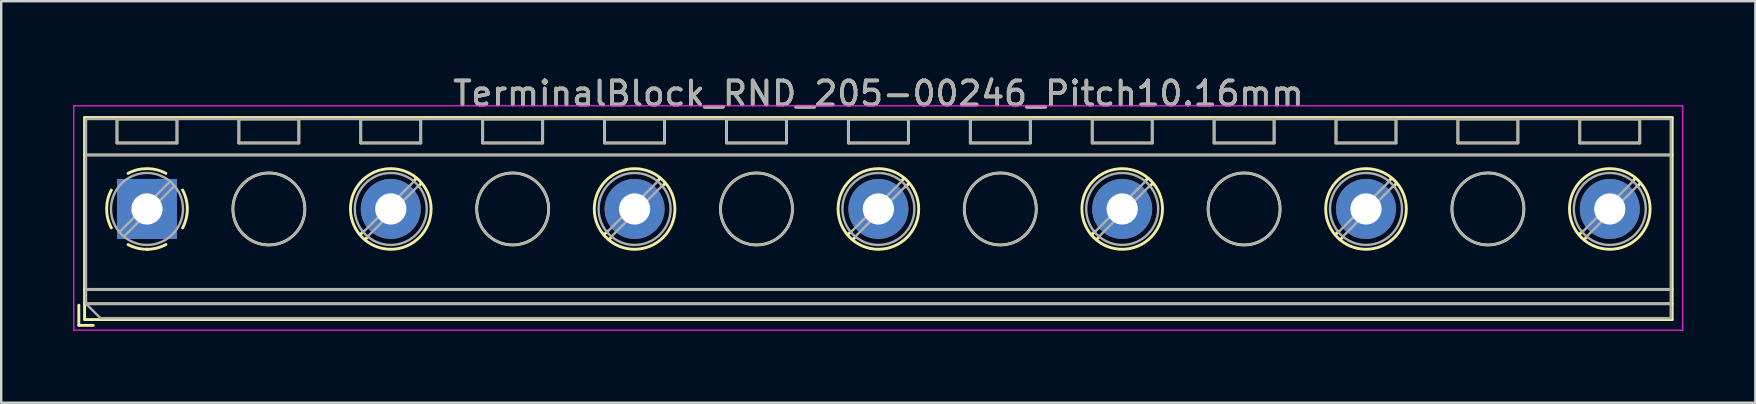
<source format=kicad_pcb>
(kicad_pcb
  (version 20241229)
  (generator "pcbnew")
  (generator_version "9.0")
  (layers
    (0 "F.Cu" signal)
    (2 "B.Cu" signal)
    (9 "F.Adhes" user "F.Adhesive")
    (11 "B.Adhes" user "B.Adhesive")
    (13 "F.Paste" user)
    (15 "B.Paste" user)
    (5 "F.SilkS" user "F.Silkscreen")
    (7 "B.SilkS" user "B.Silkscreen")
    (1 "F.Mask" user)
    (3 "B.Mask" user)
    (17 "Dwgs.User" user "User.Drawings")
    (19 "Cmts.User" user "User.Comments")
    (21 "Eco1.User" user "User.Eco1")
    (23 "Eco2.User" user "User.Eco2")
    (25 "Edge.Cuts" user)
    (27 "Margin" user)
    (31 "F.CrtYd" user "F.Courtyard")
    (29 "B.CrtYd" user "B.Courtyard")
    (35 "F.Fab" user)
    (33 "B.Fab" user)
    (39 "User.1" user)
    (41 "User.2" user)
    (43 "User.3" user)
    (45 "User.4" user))
  (footprint "TerminalBlock_RND_205-00246_Pitch10.16mm"
    (layer "F.Cu")
    (at 3.075 5.658)
    (property "Reference" "TerminalBlock_RND_205-00246_Pitch10.16mm" (at 30.48 -4.81 0) (layer "F.SilkS") (effects (font (size 1 1) (thickness 0.15))))
    (attr through_hole)
    (fp_line (start -2.84 4.01) (end -2.84 4.85) (stroke (width 0.12) (type solid)) (layer "F.SilkS"))
    (fp_line (start -2.84 4.85) (end -2.24 4.85) (stroke (width 0.12) (type solid)) (layer "F.SilkS"))
    (fp_line (start -2.6 -3.81) (end -2.6 4.61) (stroke (width 0.12) (type solid)) (layer "F.SilkS"))
    (fp_line (start -2.6 -2.25) (end 63.56 -2.25) (stroke (width 0.12) (type solid)) (layer "F.SilkS"))
    (fp_line (start -2.6 3.35) (end 63.56 3.35) (stroke (width 0.12) (type solid)) (layer "F.SilkS"))
    (fp_line (start -2.6 3.95) (end 63.56 3.95) (stroke (width 0.12) (type solid)) (layer "F.SilkS"))
    (fp_line (start -2.6 4.61) (end 63.56 4.61) (stroke (width 0.12) (type solid)) (layer "F.SilkS"))
    (fp_line (start -1.25 -3.751) (end -1.25 -2.751) (stroke (width 0.12) (type solid)) (layer "F.SilkS"))
    (fp_line (start -1.25 -3.751) (end 1.25 -3.751) (stroke (width 0.12) (type solid)) (layer "F.SilkS"))
    (fp_line (start -1.25 -2.751) (end 1.25 -2.751) (stroke (width 0.12) (type solid)) (layer "F.SilkS"))
    (fp_line (start 1.25 -3.751) (end 1.25 -2.751) (stroke (width 0.12) (type solid)) (layer "F.SilkS"))
    (fp_line (start 3.83 -3.751) (end 3.83 -2.751) (stroke (width 0.12) (type solid)) (layer "F.SilkS"))
    (fp_line (start 3.83 -3.751) (end 6.33 -3.751) (stroke (width 0.12) (type solid)) (layer "F.SilkS"))
    (fp_line (start 3.83 -2.751) (end 6.33 -2.751) (stroke (width 0.12) (type solid)) (layer "F.SilkS"))
    (fp_line (start 6.33 -3.751) (end 6.33 -2.751) (stroke (width 0.12) (type solid)) (layer "F.SilkS"))
    (fp_line (start 8.91 -3.751) (end 8.91 -2.751) (stroke (width 0.12) (type solid)) (layer "F.SilkS"))
    (fp_line (start 8.91 -3.751) (end 11.41 -3.751) (stroke (width 0.12) (type solid)) (layer "F.SilkS"))
    (fp_line (start 8.91 -2.751) (end 11.41 -2.751) (stroke (width 0.12) (type solid)) (layer "F.SilkS"))
    (fp_line (start 9.027 0.929) (end 8.886 1.069) (stroke (width 0.12) (type solid)) (layer "F.SilkS"))
    (fp_line (start 9.197 1.169) (end 9.091 1.274) (stroke (width 0.12) (type solid)) (layer "F.SilkS"))
    (fp_line (start 11.23 -1.275) (end 11.124 -1.169) (stroke (width 0.12) (type solid)) (layer "F.SilkS"))
    (fp_line (start 11.41 -3.751) (end 11.41 -2.751) (stroke (width 0.12) (type solid)) (layer "F.SilkS"))
    (fp_line (start 11.435 -1.069) (end 11.294 -0.929) (stroke (width 0.12) (type solid)) (layer "F.SilkS"))
    (fp_line (start 13.99 -3.751) (end 13.99 -2.751) (stroke (width 0.12) (type solid)) (layer "F.SilkS"))
    (fp_line (start 13.99 -3.751) (end 16.49 -3.751) (stroke (width 0.12) (type solid)) (layer "F.SilkS"))
    (fp_line (start 13.99 -2.751) (end 16.49 -2.751) (stroke (width 0.12) (type solid)) (layer "F.SilkS"))
    (fp_line (start 16.49 -3.751) (end 16.49 -2.751) (stroke (width 0.12) (type solid)) (layer "F.SilkS"))
    (fp_line (start 19.07 -3.751) (end 19.07 -2.751) (stroke (width 0.12) (type solid)) (layer "F.SilkS"))
    (fp_line (start 19.07 -3.751) (end 21.57 -3.751) (stroke (width 0.12) (type solid)) (layer "F.SilkS"))
    (fp_line (start 19.07 -2.751) (end 21.57 -2.751) (stroke (width 0.12) (type solid)) (layer "F.SilkS"))
    (fp_line (start 19.187 0.929) (end 19.046 1.069) (stroke (width 0.12) (type solid)) (layer "F.SilkS"))
    (fp_line (start 19.357 1.169) (end 19.251 1.274) (stroke (width 0.12) (type solid)) (layer "F.SilkS"))
    (fp_line (start 21.39 -1.275) (end 21.284 -1.169) (stroke (width 0.12) (type solid)) (layer "F.SilkS"))
    (fp_line (start 21.57 -3.751) (end 21.57 -2.751) (stroke (width 0.12) (type solid)) (layer "F.SilkS"))
    (fp_line (start 21.595 -1.069) (end 21.454 -0.929) (stroke (width 0.12) (type solid)) (layer "F.SilkS"))
    (fp_line (start 24.15 -3.751) (end 24.15 -2.751) (stroke (width 0.12) (type solid)) (layer "F.SilkS"))
    (fp_line (start 24.15 -3.751) (end 26.65 -3.751) (stroke (width 0.12) (type solid)) (layer "F.SilkS"))
    (fp_line (start 24.15 -2.751) (end 26.65 -2.751) (stroke (width 0.12) (type solid)) (layer "F.SilkS"))
    (fp_line (start 26.65 -3.751) (end 26.65 -2.751) (stroke (width 0.12) (type solid)) (layer "F.SilkS"))
    (fp_line (start 29.23 -3.751) (end 29.23 -2.751) (stroke (width 0.12) (type solid)) (layer "F.SilkS"))
    (fp_line (start 29.23 -3.751) (end 31.73 -3.751) (stroke (width 0.12) (type solid)) (layer "F.SilkS"))
    (fp_line (start 29.23 -2.751) (end 31.73 -2.751) (stroke (width 0.12) (type solid)) (layer "F.SilkS"))
    (fp_line (start 29.347 0.929) (end 29.206 1.069) (stroke (width 0.12) (type solid)) (layer "F.SilkS"))
    (fp_line (start 29.517 1.169) (end 29.411 1.274) (stroke (width 0.12) (type solid)) (layer "F.SilkS"))
    (fp_line (start 31.55 -1.275) (end 31.444 -1.169) (stroke (width 0.12) (type solid)) (layer "F.SilkS"))
    (fp_line (start 31.73 -3.751) (end 31.73 -2.751) (stroke (width 0.12) (type solid)) (layer "F.SilkS"))
    (fp_line (start 31.755 -1.069) (end 31.614 -0.929) (stroke (width 0.12) (type solid)) (layer "F.SilkS"))
    (fp_line (start 34.31 -3.751) (end 34.31 -2.751) (stroke (width 0.12) (type solid)) (layer "F.SilkS"))
    (fp_line (start 34.31 -3.751) (end 36.81 -3.751) (stroke (width 0.12) (type solid)) (layer "F.SilkS"))
    (fp_line (start 34.31 -2.751) (end 36.81 -2.751) (stroke (width 0.12) (type solid)) (layer "F.SilkS"))
    (fp_line (start 36.81 -3.751) (end 36.81 -2.751) (stroke (width 0.12) (type solid)) (layer "F.SilkS"))
    (fp_line (start 39.39 -3.751) (end 39.39 -2.751) (stroke (width 0.12) (type solid)) (layer "F.SilkS"))
    (fp_line (start 39.39 -3.751) (end 41.89 -3.751) (stroke (width 0.12) (type solid)) (layer "F.SilkS"))
    (fp_line (start 39.39 -2.751) (end 41.89 -2.751) (stroke (width 0.12) (type solid)) (layer "F.SilkS"))
    (fp_line (start 39.507 0.929) (end 39.366 1.069) (stroke (width 0.12) (type solid)) (layer "F.SilkS"))
    (fp_line (start 39.677 1.169) (end 39.571 1.274) (stroke (width 0.12) (type solid)) (layer "F.SilkS"))
    (fp_line (start 41.71 -1.275) (end 41.604 -1.169) (stroke (width 0.12) (type solid)) (layer "F.SilkS"))
    (fp_line (start 41.89 -3.751) (end 41.89 -2.751) (stroke (width 0.12) (type solid)) (layer "F.SilkS"))
    (fp_line (start 41.915 -1.069) (end 41.774 -0.929) (stroke (width 0.12) (type solid)) (layer "F.SilkS"))
    (fp_line (start 44.47 -3.751) (end 44.47 -2.751) (stroke (width 0.12) (type solid)) (layer "F.SilkS"))
    (fp_line (start 44.47 -3.751) (end 46.97 -3.751) (stroke (width 0.12) (type solid)) (layer "F.SilkS"))
    (fp_line (start 44.47 -2.751) (end 46.97 -2.751) (stroke (width 0.12) (type solid)) (layer "F.SilkS"))
    (fp_line (start 46.97 -3.751) (end 46.97 -2.751) (stroke (width 0.12) (type solid)) (layer "F.SilkS"))
    (fp_line (start 49.55 -3.751) (end 49.55 -2.751) (stroke (width 0.12) (type solid)) (layer "F.SilkS"))
    (fp_line (start 49.55 -3.751) (end 52.05 -3.751) (stroke (width 0.12) (type solid)) (layer "F.SilkS"))
    (fp_line (start 49.55 -2.751) (end 52.05 -2.751) (stroke (width 0.12) (type solid)) (layer "F.SilkS"))
    (fp_line (start 49.667 0.929) (end 49.526 1.069) (stroke (width 0.12) (type solid)) (layer "F.SilkS"))
    (fp_line (start 49.837 1.169) (end 49.731 1.274) (stroke (width 0.12) (type solid)) (layer "F.SilkS"))
    (fp_line (start 51.87 -1.275) (end 51.764 -1.169) (stroke (width 0.12) (type solid)) (layer "F.SilkS"))
    (fp_line (start 52.05 -3.751) (end 52.05 -2.751) (stroke (width 0.12) (type solid)) (layer "F.SilkS"))
    (fp_line (start 52.075 -1.069) (end 51.934 -0.929) (stroke (width 0.12) (type solid)) (layer "F.SilkS"))
    (fp_line (start 54.63 -3.751) (end 54.63 -2.751) (stroke (width 0.12) (type solid)) (layer "F.SilkS"))
    (fp_line (start 54.63 -3.751) (end 57.13 -3.751) (stroke (width 0.12) (type solid)) (layer "F.SilkS"))
    (fp_line (start 54.63 -2.751) (end 57.13 -2.751) (stroke (width 0.12) (type solid)) (layer "F.SilkS"))
    (fp_line (start 57.13 -3.751) (end 57.13 -2.751) (stroke (width 0.12) (type solid)) (layer "F.SilkS"))
    (fp_line (start 59.71 -3.751) (end 59.71 -2.751) (stroke (width 0.12) (type solid)) (layer "F.SilkS"))
    (fp_line (start 59.71 -3.751) (end 62.21 -3.751) (stroke (width 0.12) (type solid)) (layer "F.SilkS"))
    (fp_line (start 59.71 -2.751) (end 62.21 -2.751) (stroke (width 0.12) (type solid)) (layer "F.SilkS"))
    (fp_line (start 59.827 0.929) (end 59.686 1.069) (stroke (width 0.12) (type solid)) (layer "F.SilkS"))
    (fp_line (start 59.997 1.169) (end 59.891 1.274) (stroke (width 0.12) (type solid)) (layer "F.SilkS"))
    (fp_line (start 62.03 -1.275) (end 61.924 -1.169) (stroke (width 0.12) (type solid)) (layer "F.SilkS"))
    (fp_line (start 62.21 -3.751) (end 62.21 -2.751) (stroke (width 0.12) (type solid)) (layer "F.SilkS"))
    (fp_line (start 62.235 -1.069) (end 62.094 -0.929) (stroke (width 0.12) (type solid)) (layer "F.SilkS"))
    (fp_line (start 63.56 -3.81) (end -2.6 -3.81) (stroke (width 0.12) (type solid)) (layer "F.SilkS"))
    (fp_line (start 63.56 4.61) (end 63.56 -3.81) (stroke (width 0.12) (type solid)) (layer "F.SilkS"))
    (fp_arc (start -1.483953 0.789089) (mid -1.680708 0.00005) (end -1.484 -0.789) (stroke (width 0.12) (type solid)) (layer "F.SilkS"))
    (fp_arc (start -0.789089 -1.483953) (mid -0.00005 -1.680708) (end 0.789 -1.484) (stroke (width 0.12) (type solid)) (layer "F.SilkS"))
    (fp_arc (start 0.029383 1.68045) (mid -0.392304 1.634281) (end -0.789 1.484) (stroke (width 0.12) (type solid)) (layer "F.SilkS"))
    (fp_arc (start 0.788712 1.483352) (mid 0.406429 1.630097) (end 0 1.68) (stroke (width 0.12) (type solid)) (layer "F.SilkS"))
    (fp_arc (start 1.483953 -0.789089) (mid 1.680708 -0.00005) (end 1.484 0.789) (stroke (width 0.12) (type solid)) (layer "F.SilkS"))
    (fp_circle (center 5.08 0) (end 6.58 0) (stroke (width 0.12) (type solid)) (fill no) (layer "F.SilkS"))
    (fp_circle (center 10.16 0) (end 11.84 0) (stroke (width 0.12) (type solid)) (fill no) (layer "F.SilkS"))
    (fp_circle (center 15.24 0) (end 16.74 0) (stroke (width 0.12) (type solid)) (fill no) (layer "F.SilkS"))
    (fp_circle (center 20.32 0) (end 22 0) (stroke (width 0.12) (type solid)) (fill no) (layer "F.SilkS"))
    (fp_circle (center 25.4 0) (end 26.9 0) (stroke (width 0.12) (type solid)) (fill no) (layer "F.SilkS"))
    (fp_circle (center 30.48 0) (end 32.16 0) (stroke (width 0.12) (type solid)) (fill no) (layer "F.SilkS"))
    (fp_circle (center 35.56 0) (end 37.06 0) (stroke (width 0.12) (type solid)) (fill no) (layer "F.SilkS"))
    (fp_circle (center 40.64 0) (end 42.32 0) (stroke (width 0.12) (type solid)) (fill no) (layer "F.SilkS"))
    (fp_circle (center 45.72 0) (end 47.22 0) (stroke (width 0.12) (type solid)) (fill no) (layer "F.SilkS"))
    (fp_circle (center 50.8 0) (end 52.48 0) (stroke (width 0.12) (type solid)) (fill no) (layer "F.SilkS"))
    (fp_circle (center 55.88 0) (end 57.38 0) (stroke (width 0.12) (type solid)) (fill no) (layer "F.SilkS"))
    (fp_circle (center 60.96 0) (end 62.64 0) (stroke (width 0.12) (type solid)) (fill no) (layer "F.SilkS"))
    (fp_line (start -3.05 -4.3) (end -3.05 5.05) (stroke (width 0.05) (type solid)) (layer "F.CrtYd"))
    (fp_line (start -3.05 5.05) (end 64 5.05) (stroke (width 0.05) (type solid)) (layer "F.CrtYd"))
    (fp_line (start 64 -4.3) (end -3.05 -4.3) (stroke (width 0.05) (type solid)) (layer "F.CrtYd"))
    (fp_line (start 64 5.05) (end 64 -4.3) (stroke (width 0.05) (type solid)) (layer "F.CrtYd"))
    (fp_line (start -2.54 -3.75) (end 63.5 -3.75) (stroke (width 0.1) (type solid)) (layer "F.Fab"))
    (fp_line (start -2.54 -2.25) (end 63.5 -2.25) (stroke (width 0.1) (type solid)) (layer "F.Fab"))
    (fp_line (start -2.54 3.35) (end 63.5 3.35) (stroke (width 0.1) (type solid)) (layer "F.Fab"))
    (fp_line (start -2.54 3.95) (end -2.54 -3.75) (stroke (width 0.1) (type solid)) (layer "F.Fab"))
    (fp_line (start -2.54 3.95) (end 63.5 3.95) (stroke (width 0.1) (type solid)) (layer "F.Fab"))
    (fp_line (start -1.94 4.55) (end -2.54 3.95) (stroke (width 0.1) (type solid)) (layer "F.Fab"))
    (fp_line (start -1.25 -3.75) (end -1.25 -2.75) (stroke (width 0.1) (type solid)) (layer "F.Fab"))
    (fp_line (start -1.25 -2.75) (end 1.25 -2.75) (stroke (width 0.1) (type solid)) (layer "F.Fab"))
    (fp_line (start 0.955 -1.138) (end -1.138 0.955) (stroke (width 0.1) (type solid)) (layer "F.Fab"))
    (fp_line (start 1.138 -0.955) (end -0.955 1.138) (stroke (width 0.1) (type solid)) (layer "F.Fab"))
    (fp_line (start 1.25 -3.75) (end -1.25 -3.75) (stroke (width 0.1) (type solid)) (layer "F.Fab"))
    (fp_line (start 1.25 -2.75) (end 1.25 -3.75) (stroke (width 0.1) (type solid)) (layer "F.Fab"))
    (fp_line (start 3.83 -3.75) (end 3.83 -2.75) (stroke (width 0.1) (type solid)) (layer "F.Fab"))
    (fp_line (start 3.83 -2.75) (end 6.33 -2.75) (stroke (width 0.1) (type solid)) (layer "F.Fab"))
    (fp_line (start 6.33 -3.75) (end 3.83 -3.75) (stroke (width 0.1) (type solid)) (layer "F.Fab"))
    (fp_line (start 6.33 -2.75) (end 6.33 -3.75) (stroke (width 0.1) (type solid)) (layer "F.Fab"))
    (fp_line (start 8.91 -3.75) (end 8.91 -2.75) (stroke (width 0.1) (type solid)) (layer "F.Fab"))
    (fp_line (start 8.91 -2.75) (end 11.41 -2.75) (stroke (width 0.1) (type solid)) (layer "F.Fab"))
    (fp_line (start 11.115 -1.138) (end 9.023 0.955) (stroke (width 0.1) (type solid)) (layer "F.Fab"))
    (fp_line (start 11.298 -0.955) (end 9.206 1.138) (stroke (width 0.1) (type solid)) (layer "F.Fab"))
    (fp_line (start 11.41 -3.75) (end 8.91 -3.75) (stroke (width 0.1) (type solid)) (layer "F.Fab"))
    (fp_line (start 11.41 -2.75) (end 11.41 -3.75) (stroke (width 0.1) (type solid)) (layer "F.Fab"))
    (fp_line (start 13.99 -3.75) (end 13.99 -2.75) (stroke (width 0.1) (type solid)) (layer "F.Fab"))
    (fp_line (start 13.99 -2.75) (end 16.49 -2.75) (stroke (width 0.1) (type solid)) (layer "F.Fab"))
    (fp_line (start 16.49 -3.75) (end 13.99 -3.75) (stroke (width 0.1) (type solid)) (layer "F.Fab"))
    (fp_line (start 16.49 -2.75) (end 16.49 -3.75) (stroke (width 0.1) (type solid)) (layer "F.Fab"))
    (fp_line (start 19.07 -3.75) (end 19.07 -2.75) (stroke (width 0.1) (type solid)) (layer "F.Fab"))
    (fp_line (start 19.07 -2.75) (end 21.57 -2.75) (stroke (width 0.1) (type solid)) (layer "F.Fab"))
    (fp_line (start 21.275 -1.138) (end 19.183 0.955) (stroke (width 0.1) (type solid)) (layer "F.Fab"))
    (fp_line (start 21.458 -0.955) (end 19.366 1.138) (stroke (width 0.1) (type solid)) (layer "F.Fab"))
    (fp_line (start 21.57 -3.75) (end 19.07 -3.75) (stroke (width 0.1) (type solid)) (layer "F.Fab"))
    (fp_line (start 21.57 -2.75) (end 21.57 -3.75) (stroke (width 0.1) (type solid)) (layer "F.Fab"))
    (fp_line (start 24.15 -3.75) (end 24.15 -2.75) (stroke (width 0.1) (type solid)) (layer "F.Fab"))
    (fp_line (start 24.15 -2.75) (end 26.65 -2.75) (stroke (width 0.1) (type solid)) (layer "F.Fab"))
    (fp_line (start 26.65 -3.75) (end 24.15 -3.75) (stroke (width 0.1) (type solid)) (layer "F.Fab"))
    (fp_line (start 26.65 -2.75) (end 26.65 -3.75) (stroke (width 0.1) (type solid)) (layer "F.Fab"))
    (fp_line (start 29.23 -3.75) (end 29.23 -2.75) (stroke (width 0.1) (type solid)) (layer "F.Fab"))
    (fp_line (start 29.23 -2.75) (end 31.73 -2.75) (stroke (width 0.1) (type solid)) (layer "F.Fab"))
    (fp_line (start 31.435 -1.138) (end 29.343 0.955) (stroke (width 0.1) (type solid)) (layer "F.Fab"))
    (fp_line (start 31.618 -0.955) (end 29.526 1.138) (stroke (width 0.1) (type solid)) (layer "F.Fab"))
    (fp_line (start 31.73 -3.75) (end 29.23 -3.75) (stroke (width 0.1) (type solid)) (layer "F.Fab"))
    (fp_line (start 31.73 -2.75) (end 31.73 -3.75) (stroke (width 0.1) (type solid)) (layer "F.Fab"))
    (fp_line (start 34.31 -3.75) (end 34.31 -2.75) (stroke (width 0.1) (type solid)) (layer "F.Fab"))
    (fp_line (start 34.31 -2.75) (end 36.81 -2.75) (stroke (width 0.1) (type solid)) (layer "F.Fab"))
    (fp_line (start 36.81 -3.75) (end 34.31 -3.75) (stroke (width 0.1) (type solid)) (layer "F.Fab"))
    (fp_line (start 36.81 -2.75) (end 36.81 -3.75) (stroke (width 0.1) (type solid)) (layer "F.Fab"))
    (fp_line (start 39.39 -3.75) (end 39.39 -2.75) (stroke (width 0.1) (type solid)) (layer "F.Fab"))
    (fp_line (start 39.39 -2.75) (end 41.89 -2.75) (stroke (width 0.1) (type solid)) (layer "F.Fab"))
    (fp_line (start 41.595 -1.138) (end 39.503 0.955) (stroke (width 0.1) (type solid)) (layer "F.Fab"))
    (fp_line (start 41.778 -0.955) (end 39.686 1.138) (stroke (width 0.1) (type solid)) (layer "F.Fab"))
    (fp_line (start 41.89 -3.75) (end 39.39 -3.75) (stroke (width 0.1) (type solid)) (layer "F.Fab"))
    (fp_line (start 41.89 -2.75) (end 41.89 -3.75) (stroke (width 0.1) (type solid)) (layer "F.Fab"))
    (fp_line (start 44.47 -3.75) (end 44.47 -2.75) (stroke (width 0.1) (type solid)) (layer "F.Fab"))
    (fp_line (start 44.47 -2.75) (end 46.97 -2.75) (stroke (width 0.1) (type solid)) (layer "F.Fab"))
    (fp_line (start 46.97 -3.75) (end 44.47 -3.75) (stroke (width 0.1) (type solid)) (layer "F.Fab"))
    (fp_line (start 46.97 -2.75) (end 46.97 -3.75) (stroke (width 0.1) (type solid)) (layer "F.Fab"))
    (fp_line (start 49.55 -3.75) (end 49.55 -2.75) (stroke (width 0.1) (type solid)) (layer "F.Fab"))
    (fp_line (start 49.55 -2.75) (end 52.05 -2.75) (stroke (width 0.1) (type solid)) (layer "F.Fab"))
    (fp_line (start 51.755 -1.138) (end 49.663 0.955) (stroke (width 0.1) (type solid)) (layer "F.Fab"))
    (fp_line (start 51.938 -0.955) (end 49.846 1.138) (stroke (width 0.1) (type solid)) (layer "F.Fab"))
    (fp_line (start 52.05 -3.75) (end 49.55 -3.75) (stroke (width 0.1) (type solid)) (layer "F.Fab"))
    (fp_line (start 52.05 -2.75) (end 52.05 -3.75) (stroke (width 0.1) (type solid)) (layer "F.Fab"))
    (fp_line (start 54.63 -3.75) (end 54.63 -2.75) (stroke (width 0.1) (type solid)) (layer "F.Fab"))
    (fp_line (start 54.63 -2.75) (end 57.13 -2.75) (stroke (width 0.1) (type solid)) (layer "F.Fab"))
    (fp_line (start 57.13 -3.75) (end 54.63 -3.75) (stroke (width 0.1) (type solid)) (layer "F.Fab"))
    (fp_line (start 57.13 -2.75) (end 57.13 -3.75) (stroke (width 0.1) (type solid)) (layer "F.Fab"))
    (fp_line (start 59.71 -3.75) (end 59.71 -2.75) (stroke (width 0.1) (type solid)) (layer "F.Fab"))
    (fp_line (start 59.71 -2.75) (end 62.21 -2.75) (stroke (width 0.1) (type solid)) (layer "F.Fab"))
    (fp_line (start 61.915 -1.138) (end 59.823 0.955) (stroke (width 0.1) (type solid)) (layer "F.Fab"))
    (fp_line (start 62.098 -0.955) (end 60.006 1.138) (stroke (width 0.1) (type solid)) (layer "F.Fab"))
    (fp_line (start 62.21 -3.75) (end 59.71 -3.75) (stroke (width 0.1) (type solid)) (layer "F.Fab"))
    (fp_line (start 62.21 -2.75) (end 62.21 -3.75) (stroke (width 0.1) (type solid)) (layer "F.Fab"))
    (fp_line (start 63.5 -3.75) (end 63.5 4.55) (stroke (width 0.1) (type solid)) (layer "F.Fab"))
    (fp_line (start 63.5 4.55) (end -1.94 4.55) (stroke (width 0.1) (type solid)) (layer "F.Fab"))
    (fp_circle (center 0 0) (end 1.5 0) (stroke (width 0.1) (type solid)) (fill no) (layer "F.Fab"))
    (fp_circle (center 5.08 0) (end 6.58 0) (stroke (width 0.1) (type solid)) (fill no) (layer "F.Fab"))
    (fp_circle (center 10.16 0) (end 11.66 0) (stroke (width 0.1) (type solid)) (fill no) (layer "F.Fab"))
    (fp_circle (center 15.24 0) (end 16.74 0) (stroke (width 0.1) (type solid)) (fill no) (layer "F.Fab"))
    (fp_circle (center 20.32 0) (end 21.82 0) (stroke (width 0.1) (type solid)) (fill no) (layer "F.Fab"))
    (fp_circle (center 25.4 0) (end 26.9 0) (stroke (width 0.1) (type solid)) (fill no) (layer "F.Fab"))
    (fp_circle (center 30.48 0) (end 31.98 0) (stroke (width 0.1) (type solid)) (fill no) (layer "F.Fab"))
    (fp_circle (center 35.56 0) (end 37.06 0) (stroke (width 0.1) (type solid)) (fill no) (layer "F.Fab"))
    (fp_circle (center 40.64 0) (end 42.14 0) (stroke (width 0.1) (type solid)) (fill no) (layer "F.Fab"))
    (fp_circle (center 45.72 0) (end 47.22 0) (stroke (width 0.1) (type solid)) (fill no) (layer "F.Fab"))
    (fp_circle (center 50.8 0) (end 52.3 0) (stroke (width 0.1) (type solid)) (fill no) (layer "F.Fab"))
    (fp_circle (center 55.88 0) (end 57.38 0) (stroke (width 0.1) (type solid)) (fill no) (layer "F.Fab"))
    (fp_circle (center 60.96 0) (end 62.46 0) (stroke (width 0.1) (type solid)) (fill no) (layer "F.Fab"))
    (fp_text user "${REFERENCE}" (at 30.48 -4.81 0) (layer "F.Fab") (effects (font (size 1 1) (thickness 0.15))))
    (pad "1" thru_hole rect (at 0 0) (size 2.5 2.5) (drill 1.3) (layers "*.Cu" "*.Mask"))
    (pad "2" thru_hole oval (at 10.16 0) (size 2.5 2.5) (drill 1.3) (layers "*.Cu" "*.Mask"))
    (pad "3" thru_hole oval (at 20.32 0) (size 2.5 2.5) (drill 1.3) (layers "*.Cu" "*.Mask"))
    (pad "4" thru_hole oval (at 30.48 0) (size 2.5 2.5) (drill 1.3) (layers "*.Cu" "*.Mask"))
    (pad "5" thru_hole oval (at 40.64 0) (size 2.5 2.5) (drill 1.3) (layers "*.Cu" "*.Mask"))
    (pad "6" thru_hole oval (at 50.8 0) (size 2.5 2.5) (drill 1.3) (layers "*.Cu" "*.Mask"))
    (pad "7" thru_hole oval (at 60.96 0) (size 2.5 2.5) (drill 1.3) (layers "*.Cu" "*.Mask")))
  (gr_rect
    (start -3 -3)
    (end 70.1 13.733)
    (stroke (width 0.1) (type default))
    (fill no)
    (layer "Edge.Cuts")))
</source>
